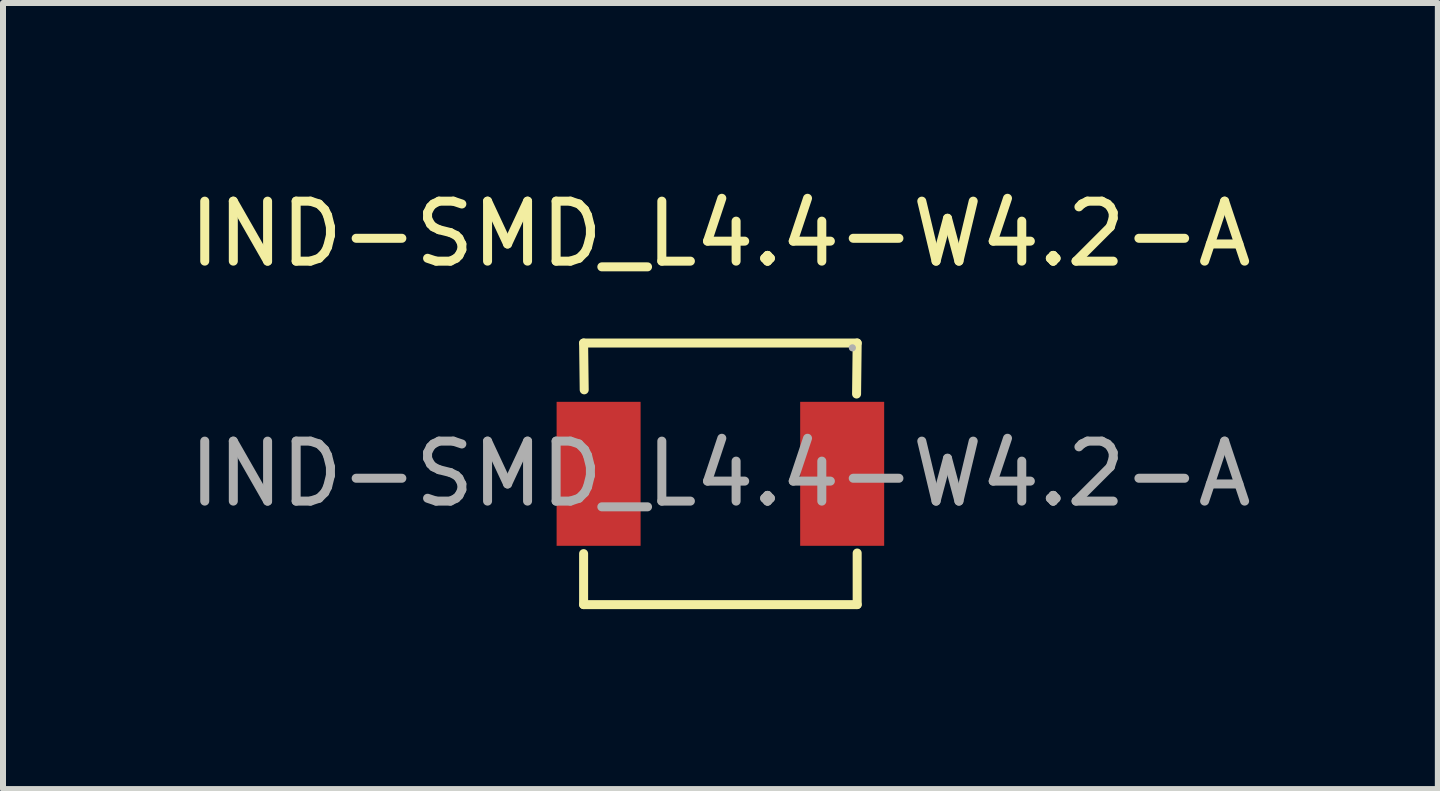
<source format=kicad_pcb>
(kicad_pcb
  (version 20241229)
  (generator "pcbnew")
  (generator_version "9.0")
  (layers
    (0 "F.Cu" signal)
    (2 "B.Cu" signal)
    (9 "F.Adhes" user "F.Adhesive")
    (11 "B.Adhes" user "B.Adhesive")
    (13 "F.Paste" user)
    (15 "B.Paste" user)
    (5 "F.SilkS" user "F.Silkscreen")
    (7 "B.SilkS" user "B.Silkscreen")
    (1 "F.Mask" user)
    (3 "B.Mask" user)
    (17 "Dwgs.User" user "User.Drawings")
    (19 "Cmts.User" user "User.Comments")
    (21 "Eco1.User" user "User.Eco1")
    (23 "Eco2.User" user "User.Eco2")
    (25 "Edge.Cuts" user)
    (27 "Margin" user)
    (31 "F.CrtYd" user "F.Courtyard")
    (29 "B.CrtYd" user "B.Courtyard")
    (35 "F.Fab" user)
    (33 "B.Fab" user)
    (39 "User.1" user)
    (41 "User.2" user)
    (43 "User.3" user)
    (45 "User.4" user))
  (footprint "IND-SMD_L4.4-W4.2-A"
    (layer "F.Cu")
    (at 8.958 4.848)
    (property "Reference" "IND-SMD_L4.4-W4.2-A" (at 0 -4 0) (layer "F.SilkS") (effects (font (size 1 1) (thickness 0.15))))
    (attr smd)
    (fp_line (start -2.28 -2.18) (end 2.28 -2.18) (stroke (width 0.15) (type solid)) (layer "F.SilkS"))
    (fp_line (start -2.28 1.33) (end -2.28 2.18) (stroke (width 0.15) (type solid)) (layer "F.SilkS"))
    (fp_line (start -2.28 2.18) (end 2.28 2.18) (stroke (width 0.15) (type solid)) (layer "F.SilkS"))
    (fp_line (start -2.27 -1.4) (end -2.28 -2.18) (stroke (width 0.15) (type solid)) (layer "F.SilkS"))
    (fp_line (start 2.28 -2.18) (end 2.27 -1.33) (stroke (width 0.15) (type solid)) (layer "F.SilkS"))
    (fp_line (start 2.28 2.18) (end 2.28 1.32) (stroke (width 0.15) (type solid)) (layer "F.SilkS"))
    (fp_circle (center 2.2 -2.1) (end 2.23 -2.1) (stroke (width 0.06) (type solid)) (fill no) (layer "F.Fab"))
    (fp_text user "${REFERENCE}" (at 0 0 0) (layer "F.Fab") (effects (font (size 1 1) (thickness 0.15))))
    (pad "1" smd rect (at 2.03 0) (size 1.4 2.4) (layers "F.Cu" "F.Mask" "F.Paste"))
    (pad "2" smd rect (at -2.03 0) (size 1.4 2.4) (layers "F.Cu" "F.Mask" "F.Paste")))
  (gr_rect
    (start -3 -3)
    (end 20.917 10.103)
    (stroke (width 0.1) (type default))
    (fill no)
    (layer "Edge.Cuts")))
</source>
